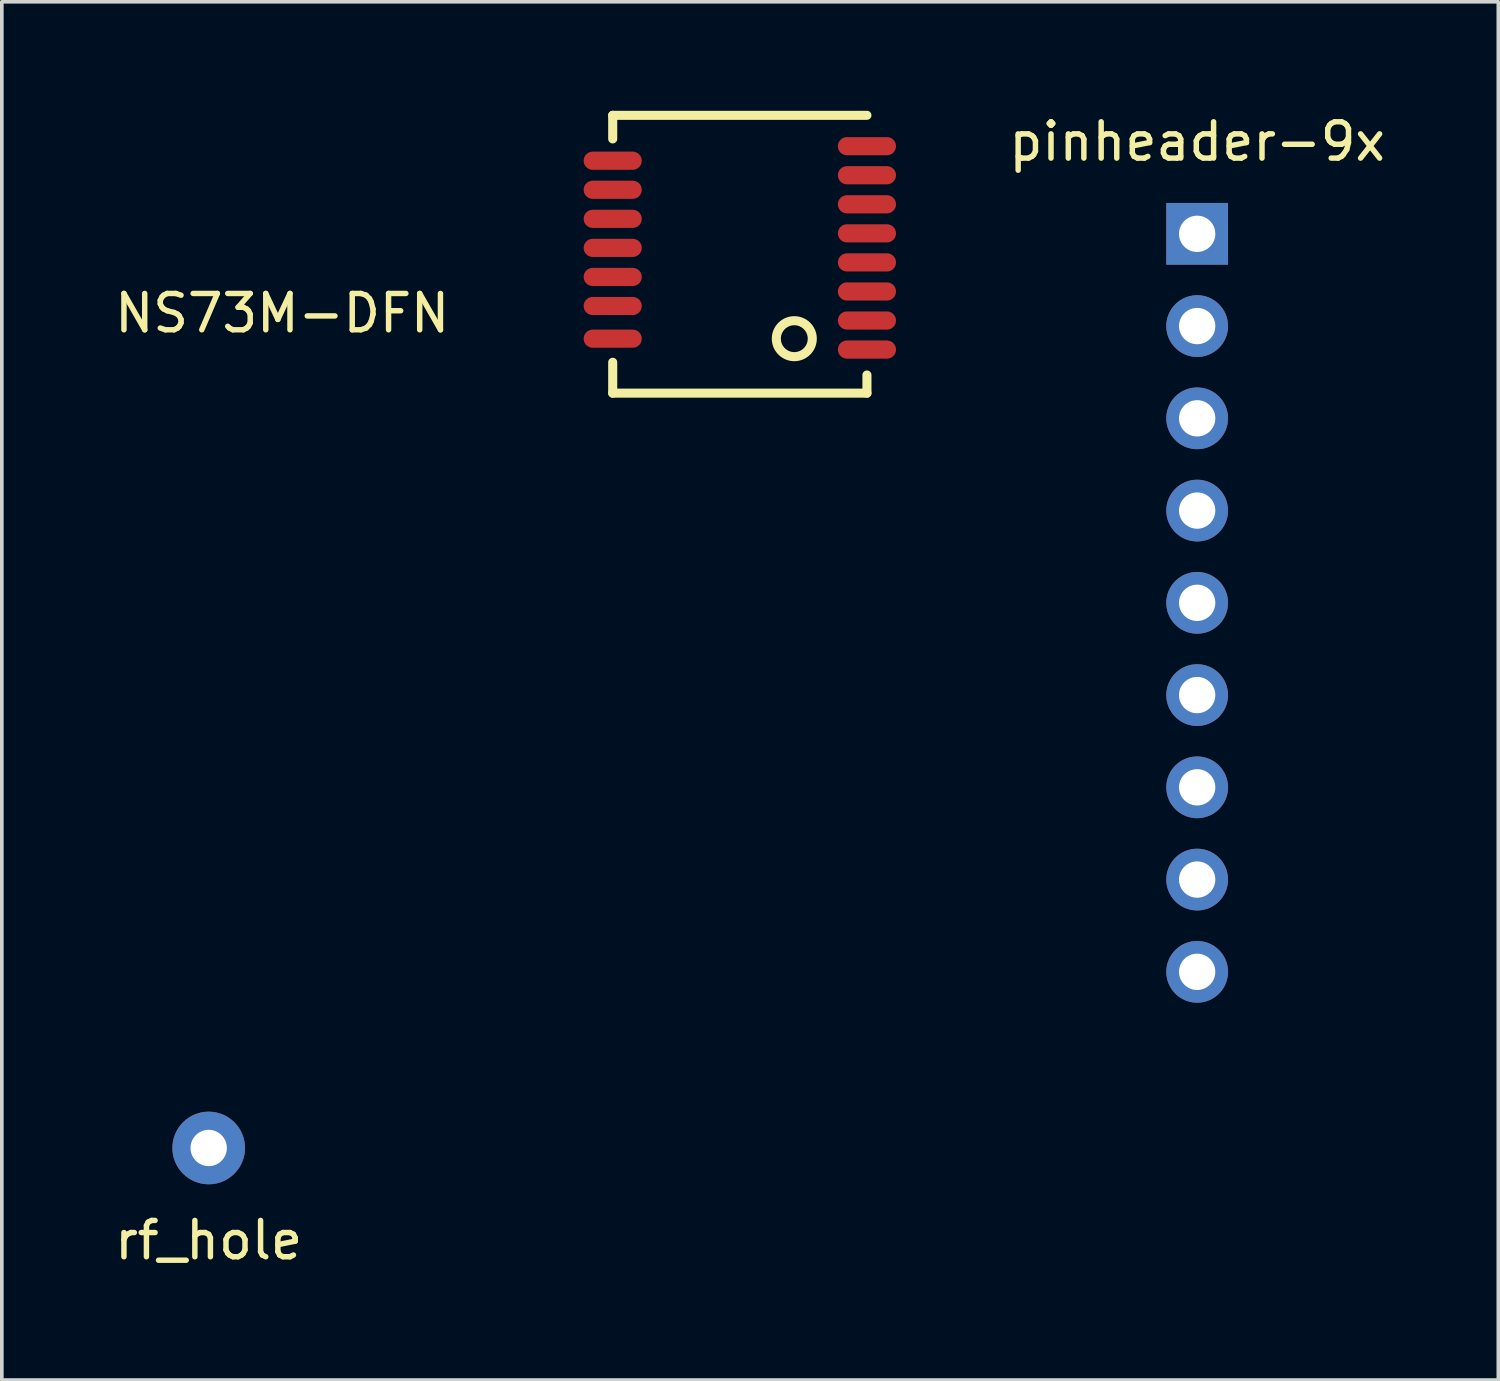
<source format=kicad_pcb>
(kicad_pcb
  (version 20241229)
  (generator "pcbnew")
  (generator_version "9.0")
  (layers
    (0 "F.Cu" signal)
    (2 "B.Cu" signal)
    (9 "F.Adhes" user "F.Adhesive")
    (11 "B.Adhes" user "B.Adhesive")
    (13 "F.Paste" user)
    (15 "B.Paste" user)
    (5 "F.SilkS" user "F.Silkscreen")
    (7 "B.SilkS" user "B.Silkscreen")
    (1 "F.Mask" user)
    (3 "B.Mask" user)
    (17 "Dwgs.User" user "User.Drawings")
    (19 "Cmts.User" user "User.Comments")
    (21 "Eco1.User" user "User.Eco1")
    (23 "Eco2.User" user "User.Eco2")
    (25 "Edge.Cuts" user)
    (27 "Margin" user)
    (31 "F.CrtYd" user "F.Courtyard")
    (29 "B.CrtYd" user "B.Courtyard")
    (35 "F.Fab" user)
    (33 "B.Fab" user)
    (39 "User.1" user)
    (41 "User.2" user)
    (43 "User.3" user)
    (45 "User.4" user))
  (footprint "rf_hole"
    (layer "F.Cu")
    (at 2.696 28.558)
    (property "Reference" "rf_hole" (at 0 2.54 0) (layer "F.SilkS") (effects (font (size 1 1) (thickness 0.15))))
    (attr through_hole)
    (pad "1" thru_hole circle (at 0 0) (size 2 2) (drill 1) (layers "*.Cu" "*.Mask")))
  (footprint "NS73M-DFN"
    (layer "F.Cu")
    (at 17.32 3.775)
    (property "Reference" "NS73M-DFN" (at -12.6 1.8 0) (layer "F.SilkS") (effects (font (size 1 1) (thickness 0.15))))
    (attr through_hole)
    (fp_line (start -3.5 -3.65) (end -3.5 -3) (stroke (width 0.25) (type solid)) (layer "F.SilkS"))
    (fp_line (start -3.5 3.15) (end -3.5 4) (stroke (width 0.25) (type solid)) (layer "F.SilkS"))
    (fp_line (start -3.5 4) (end 3.5 4) (stroke (width 0.25) (type solid)) (layer "F.SilkS"))
    (fp_line (start 3.5 -3.65) (end -3.5 -3.65) (stroke (width 0.25) (type solid)) (layer "F.SilkS"))
    (fp_line (start 3.5 4) (end 3.5 3.5) (stroke (width 0.25) (type solid)) (layer "F.SilkS"))
    (fp_circle (center 1.5 2.5) (end 1.15 2.15) (stroke (width 0.25) (type solid)) (fill no) (layer "F.SilkS"))
    (pad "1" smd oval (at 3.5 2.8) (size 1.6 0.5) (layers "F.Cu" "F.Mask" "F.Paste"))
    (pad "2" smd oval (at 3.5 2) (size 1.6 0.5) (layers "F.Cu" "F.Mask" "F.Paste"))
    (pad "3" smd oval (at 3.5 1.2) (size 1.6 0.5) (layers "F.Cu" "F.Mask" "F.Paste"))
    (pad "4" smd oval (at 3.5 0.4) (size 1.6 0.5) (layers "F.Cu" "F.Mask" "F.Paste"))
    (pad "5" smd oval (at 3.5 -0.4) (size 1.6 0.5) (layers "F.Cu" "F.Mask" "F.Paste"))
    (pad "6" smd oval (at 3.5 -1.2) (size 1.6 0.5) (layers "F.Cu" "F.Mask" "F.Paste"))
    (pad "7" smd oval (at 3.5 -2) (size 1.6 0.5) (layers "F.Cu" "F.Mask" "F.Paste"))
    (pad "8" smd oval (at 3.5 -2.8) (size 1.6 0.5) (layers "F.Cu" "F.Mask" "F.Paste"))
    (pad "9" smd oval (at -3.5 -2.4) (size 1.6 0.5) (layers "F.Cu" "F.Mask" "F.Paste"))
    (pad "10" smd oval (at -3.5 -1.6) (size 1.6 0.5) (layers "F.Cu" "F.Mask" "F.Paste"))
    (pad "11" smd oval (at -3.5 -0.8) (size 1.6 0.5) (layers "F.Cu" "F.Mask" "F.Paste"))
    (pad "12" smd oval (at -3.5 0) (size 1.6 0.5) (layers "F.Cu" "F.Mask" "F.Paste"))
    (pad "13" smd oval (at -3.5 0.8) (size 1.6 0.5) (layers "F.Cu" "F.Mask" "F.Paste"))
    (pad "14" smd oval (at -3.5 1.6) (size 1.6 0.5) (layers "F.Cu" "F.Mask" "F.Paste"))
    (pad "15" smd oval (at -3.5 2.5) (size 1.6 0.5) (layers "F.Cu" "F.Mask" "F.Paste")))
  (footprint "pinheader-9x"
    (layer "F.Cu")
    (at 29.912 3.388)
    (property "Reference" "pinheader-9x" (at 0 -2.54 0) (layer "F.SilkS") (effects (font (size 1 1) (thickness 0.15))))
    (attr through_hole)
    (pad "1" thru_hole rect (at 0 0) (size 1.7 1.7) (drill 1) (layers "*.Cu" "*.Mask"))
    (pad "2" thru_hole circle (at 0 2.54) (size 1.7 1.7) (drill 1) (layers "*.Cu" "*.Mask"))
    (pad "3" thru_hole circle (at 0 5.08) (size 1.7 1.7) (drill 1) (layers "*.Cu" "*.Mask"))
    (pad "4" thru_hole circle (at 0 7.62) (size 1.7 1.7) (drill 1) (layers "*.Cu" "*.Mask"))
    (pad "5" thru_hole circle (at 0 10.16) (size 1.7 1.7) (drill 1) (layers "*.Cu" "*.Mask"))
    (pad "6" thru_hole circle (at 0 12.7) (size 1.7 1.7) (drill 1) (layers "*.Cu" "*.Mask"))
    (pad "7" thru_hole circle (at 0 15.24) (size 1.7 1.7) (drill 1) (layers "*.Cu" "*.Mask"))
    (pad "8" thru_hole circle (at 0 17.78) (size 1.7 1.7) (drill 1) (layers "*.Cu" "*.Mask"))
    (pad "9" thru_hole circle (at 0 20.32) (size 1.7 1.7) (drill 1) (layers "*.Cu" "*.Mask")))
  (gr_rect
    (start -3 -3)
    (end 38.204 34.947)
    (stroke (width 0.1) (type default))
    (fill no)
    (layer "Edge.Cuts")))
</source>
